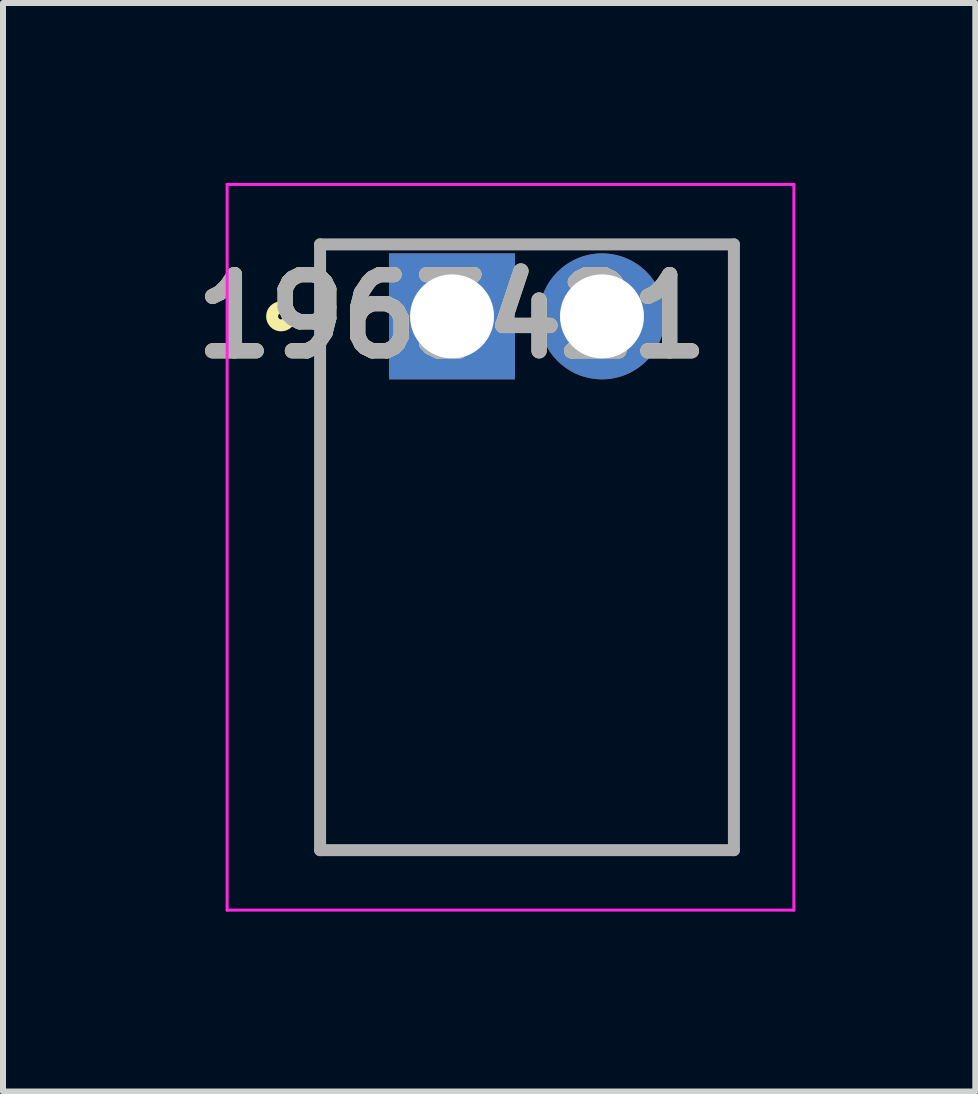
<source format=kicad_pcb>
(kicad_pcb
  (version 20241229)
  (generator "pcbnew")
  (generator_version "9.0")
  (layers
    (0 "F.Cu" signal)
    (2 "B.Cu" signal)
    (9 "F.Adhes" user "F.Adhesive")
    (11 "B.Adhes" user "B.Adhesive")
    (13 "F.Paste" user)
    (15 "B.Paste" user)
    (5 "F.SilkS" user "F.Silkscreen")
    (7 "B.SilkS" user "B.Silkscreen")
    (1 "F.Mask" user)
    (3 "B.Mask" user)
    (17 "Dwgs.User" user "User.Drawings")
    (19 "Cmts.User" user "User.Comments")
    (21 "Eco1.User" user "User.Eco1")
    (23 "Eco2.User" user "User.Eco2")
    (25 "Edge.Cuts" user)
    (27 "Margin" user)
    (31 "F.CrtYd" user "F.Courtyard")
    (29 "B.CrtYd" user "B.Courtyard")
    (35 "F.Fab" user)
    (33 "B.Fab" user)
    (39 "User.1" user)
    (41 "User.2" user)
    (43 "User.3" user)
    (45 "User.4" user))
  (footprint "1963421"
    (layer "F.Cu")
    (at 4.487 2.225)
    (property "Reference" "1963421" (at 0 0 0) (layer "F.SilkS") (effects (font (size 1.27 1.27) (thickness 0.254))))
    (attr through_hole)
    (fp_line (start -2.2 8.9) (end -2.2 -1.2) (stroke (width 0.1) (type solid)) (layer "F.SilkS"))
    (fp_line (start 4.7 -1.2) (end 4.7 8.9) (stroke (width 0.1) (type solid)) (layer "F.SilkS"))
    (fp_line (start 4.7 8.9) (end -2.2 8.9) (stroke (width 0.1) (type solid)) (layer "F.SilkS"))
    (fp_circle (center -2.85 0) (end -2.85 0.05) (stroke (width 0.2) (type solid)) (fill no) (layer "F.SilkS"))
    (fp_line (start -3.75 -2.2) (end 5.7 -2.2) (stroke (width 0.05) (type solid)) (layer "F.CrtYd"))
    (fp_line (start -3.75 9.9) (end -3.75 -2.2) (stroke (width 0.05) (type solid)) (layer "F.CrtYd"))
    (fp_line (start 5.7 -2.2) (end 5.7 9.9) (stroke (width 0.05) (type solid)) (layer "F.CrtYd"))
    (fp_line (start 5.7 9.9) (end -3.75 9.9) (stroke (width 0.05) (type solid)) (layer "F.CrtYd"))
    (fp_line (start -2.2 -1.2) (end 4.7 -1.2) (stroke (width 0.2) (type solid)) (layer "F.Fab"))
    (fp_line (start -2.2 8.9) (end -2.2 -1.2) (stroke (width 0.2) (type solid)) (layer "F.Fab"))
    (fp_line (start 4.7 -1.2) (end 4.7 8.9) (stroke (width 0.2) (type solid)) (layer "F.Fab"))
    (fp_line (start 4.7 8.9) (end -2.2 8.9) (stroke (width 0.2) (type solid)) (layer "F.Fab"))
    (fp_text user "${REFERENCE}" (at 0 0 0) (layer "F.Fab") (effects (font (size 1.27 1.27) (thickness 0.254))))
    (pad "1" thru_hole rect (at 0 0) (size 2.1 2.1) (drill 1.4) (layers "*.Cu" "*.Mask"))
    (pad "2" thru_hole circle (at 2.5 0) (size 2.1 2.1) (drill 1.4) (layers "*.Cu" "*.Mask")))
  (gr_rect
    (start -3 -3)
    (end 13.212 15.15)
    (stroke (width 0.1) (type default))
    (fill no)
    (layer "Edge.Cuts")))
</source>
